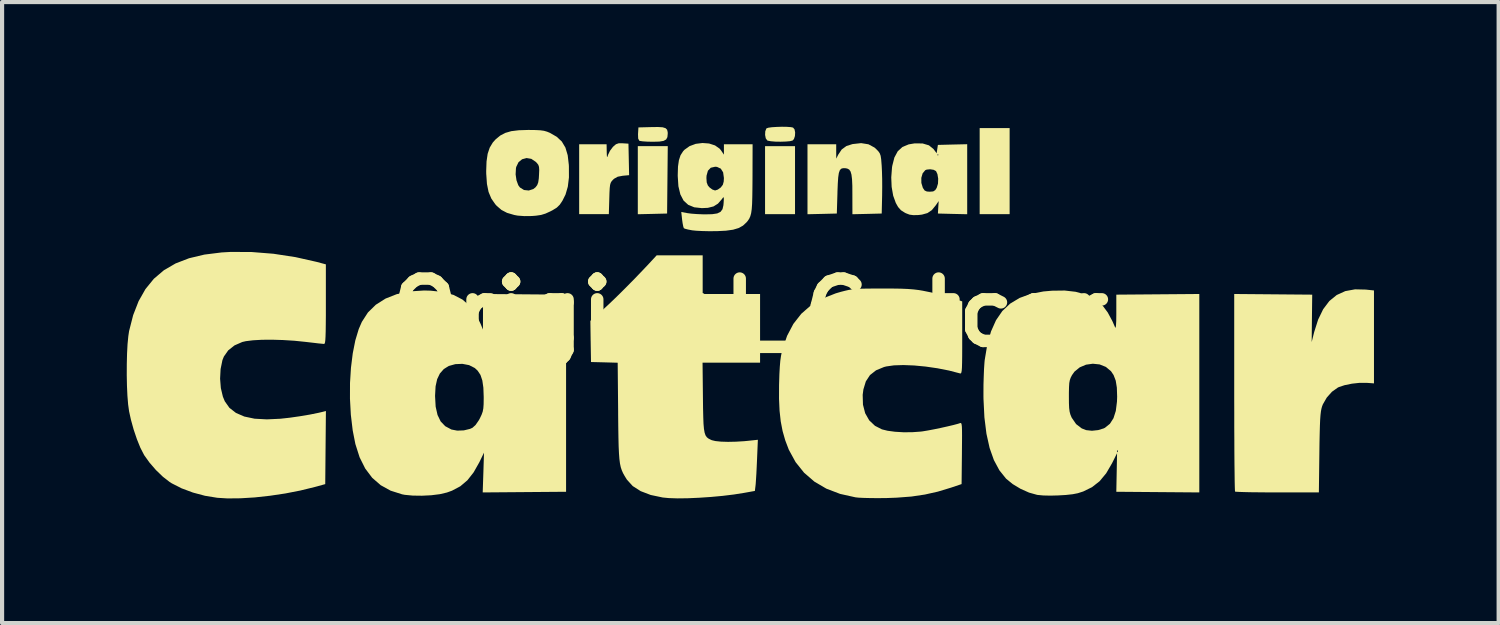
<source format=kicad_pcb>
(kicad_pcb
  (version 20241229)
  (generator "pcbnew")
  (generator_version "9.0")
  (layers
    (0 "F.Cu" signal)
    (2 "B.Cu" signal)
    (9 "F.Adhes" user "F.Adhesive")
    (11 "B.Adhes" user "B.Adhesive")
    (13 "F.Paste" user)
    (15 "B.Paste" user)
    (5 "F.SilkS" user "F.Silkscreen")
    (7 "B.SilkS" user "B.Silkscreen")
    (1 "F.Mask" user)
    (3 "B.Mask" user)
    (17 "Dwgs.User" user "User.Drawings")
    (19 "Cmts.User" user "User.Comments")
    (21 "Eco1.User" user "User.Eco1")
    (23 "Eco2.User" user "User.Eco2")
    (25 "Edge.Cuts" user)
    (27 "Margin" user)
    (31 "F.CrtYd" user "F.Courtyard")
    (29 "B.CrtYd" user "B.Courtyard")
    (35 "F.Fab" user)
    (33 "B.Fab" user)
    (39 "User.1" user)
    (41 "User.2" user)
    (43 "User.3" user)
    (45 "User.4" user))
  (footprint "Original_Catcar"
    (layer "F.Cu")
    (at 14.999 4.475)
    (property "Reference" "Original_Catcar" (at 0 0 0) (layer "F.SilkS") (effects (font (size 1.5 1.5) (thickness 0.3))))
    (attr board_only exclude_from_pos_files exclude_from_bom)
    (fp_poly (pts (xy -1.989 -3.198) (xy -1.997 -2.387) (xy -2.349 -2.378) (xy -2.702 -2.37) (xy -2.702 -3.189) (xy -2.702 -4.008) (xy -2.341 -4.008) (xy -1.981 -4.008)) (stroke (width 0) (type solid)) (fill yes) (layer "F.SilkS"))
    (fp_poly (pts (xy 1.081 -3.19) (xy 1.081 -2.372) (xy 0.721 -2.372) (xy 0.36 -2.372) (xy 0.36 -3.19) (xy 0.36 -4.008) (xy 0.721 -4.008) (xy 1.081 -4.008)) (stroke (width 0) (type solid)) (fill yes) (layer "F.SilkS"))
    (fp_poly (pts (xy 6.245 -3.408) (xy 6.245 -2.372) (xy 5.885 -2.372) (xy 5.524 -2.372) (xy 5.524 -3.408) (xy 5.524 -4.443) (xy 5.885 -4.443) (xy 6.245 -4.443)) (stroke (width 0) (type solid)) (fill yes) (layer "F.SilkS"))
    (fp_poly (pts (xy -2.104 -4.462) (xy -2.035 -4.441) (xy -1.997 -4.404) (xy -1.983 -4.347) (xy -1.982 -4.307) (xy -1.99 -4.225) (xy -2.02 -4.169) (xy -2.082 -4.135) (xy -2.185 -4.118) (xy -2.337 -4.114) (xy -2.351 -4.114) (xy -2.478 -4.117) (xy -2.583 -4.124) (xy -2.652 -4.134) (xy -2.666 -4.139) (xy -2.693 -4.19) (xy -2.697 -4.296) (xy -2.696 -4.311) (xy -2.687 -4.459) (xy -2.376 -4.467) (xy -2.215 -4.469)) (stroke (width 0) (type solid)) (fill yes) (layer "F.SilkS"))
    (fp_poly (pts (xy 0.885 -4.473) (xy 0.981 -4.466) (xy 1.033 -4.455) (xy 1.069 -4.413) (xy 1.084 -4.338) (xy 1.079 -4.252) (xy 1.055 -4.179) (xy 1.023 -4.144) (xy 0.961 -4.128) (xy 0.859 -4.119) (xy 0.736 -4.115) (xy 0.61 -4.117) (xy 0.501 -4.126) (xy 0.426 -4.14) (xy 0.413 -4.146) (xy 0.377 -4.196) (xy 0.361 -4.278) (xy 0.365 -4.365) (xy 0.391 -4.432) (xy 0.396 -4.437) (xy 0.44 -4.452) (xy 0.527 -4.464) (xy 0.641 -4.471) (xy 0.766 -4.475)) (stroke (width 0) (type solid)) (fill yes) (layer "F.SilkS"))
    (fp_poly (pts (xy -3.066 -4.077) (xy -2.927 -4.068) (xy -2.919 -3.689) (xy -2.911 -3.31) (xy -3.064 -3.296) (xy -3.185 -3.273) (xy -3.271 -3.225) (xy -3.298 -3.201) (xy -3.331 -3.165) (xy -3.354 -3.126) (xy -3.369 -3.074) (xy -3.378 -2.996) (xy -3.384 -2.88) (xy -3.388 -2.746) (xy -3.399 -2.372) (xy -3.756 -2.372) (xy -4.113 -2.372) (xy -4.113 -3.213) (xy -4.113 -4.053) (xy -3.783 -4.053) (xy -3.453 -4.053) (xy -3.45 -3.881) (xy -3.447 -3.786) (xy -3.443 -3.746) (xy -3.433 -3.754) (xy -3.416 -3.805) (xy -3.414 -3.808) (xy -3.371 -3.897) (xy -3.305 -3.985) (xy -3.294 -3.997) (xy -3.228 -4.054) (xy -3.162 -4.077) (xy -3.068 -4.077)) (stroke (width 0) (type solid)) (fill yes) (layer "F.SilkS"))
    (fp_poly (pts (xy 2.848 -4.053) (xy 2.993 -3.975) (xy 3.035 -3.937) (xy 3.087 -3.883) (xy 3.12 -3.835) (xy 3.141 -3.777) (xy 3.154 -3.693) (xy 3.164 -3.567) (xy 3.166 -3.542) (xy 3.173 -3.401) (xy 3.178 -3.222) (xy 3.179 -3.027) (xy 3.177 -2.838) (xy 3.177 -2.822) (xy 3.167 -2.387) (xy 2.815 -2.378) (xy 2.462 -2.37) (xy 2.461 -2.844) (xy 2.46 -3.054) (xy 2.453 -3.211) (xy 2.439 -3.324) (xy 2.417 -3.399) (xy 2.384 -3.445) (xy 2.338 -3.469) (xy 2.294 -3.477) (xy 2.235 -3.478) (xy 2.19 -3.464) (xy 2.158 -3.427) (xy 2.135 -3.36) (xy 2.12 -3.255) (xy 2.11 -3.106) (xy 2.102 -2.904) (xy 2.102 -2.885) (xy 2.087 -2.387) (xy 1.734 -2.378) (xy 1.381 -2.37) (xy 1.381 -3.212) (xy 1.381 -4.053) (xy 1.726 -4.053) (xy 2.072 -4.053) (xy 2.072 -3.881) (xy 2.073 -3.708) (xy 2.12 -3.802) (xy 2.204 -3.928) (xy 2.317 -4.011) (xy 2.464 -4.058) (xy 2.672 -4.081)) (stroke (width 0) (type solid)) (fill yes) (layer "F.SilkS"))
    (fp_poly (pts (xy 14.814 -0.557) (xy 15.012 -0.536) (xy 15.012 0.582) (xy 15.012 1.7) (xy 14.834 1.687) (xy 14.665 1.687) (xy 14.482 1.707) (xy 14.309 1.742) (xy 14.167 1.789) (xy 14.142 1.801) (xy 14 1.902) (xy 13.875 2.043) (xy 13.782 2.205) (xy 13.762 2.257) (xy 13.747 2.312) (xy 13.735 2.378) (xy 13.725 2.463) (xy 13.717 2.573) (xy 13.711 2.716) (xy 13.706 2.899) (xy 13.701 3.129) (xy 13.698 3.37) (xy 13.686 4.323) (xy 12.687 4.323) (xy 12.448 4.323) (xy 12.229 4.321) (xy 12.035 4.319) (xy 11.876 4.315) (xy 11.757 4.311) (xy 11.686 4.307) (xy 11.669 4.303) (xy 11.666 4.271) (xy 11.663 4.183) (xy 11.66 4.044) (xy 11.658 3.859) (xy 11.655 3.632) (xy 11.653 3.368) (xy 11.652 3.072) (xy 11.65 2.747) (xy 11.65 2.399) (xy 11.649 2.032) (xy 11.649 1.916) (xy 11.649 -0.451) (xy 12.587 -0.443) (xy 13.526 -0.435) (xy 13.519 0.135) (xy 13.513 0.706) (xy 13.572 0.469) (xy 13.668 0.166) (xy 13.789 -0.084) (xy 13.938 -0.282) (xy 14.115 -0.426) (xy 14.321 -0.52) (xy 14.557 -0.563)) (stroke (width 0) (type solid)) (fill yes) (layer "F.SilkS"))
    (fp_poly (pts (xy 4.151 -4.073) (xy 4.303 -4.028) (xy 4.412 -3.94) (xy 4.422 -3.927) (xy 4.489 -3.837) (xy 4.504 -3.938) (xy 4.519 -4.038) (xy 4.871 -4.047) (xy 5.224 -4.055) (xy 5.224 -3.213) (xy 5.224 -2.37) (xy 4.871 -2.378) (xy 4.519 -2.387) (xy 4.528 -2.537) (xy 4.538 -2.687) (xy 4.468 -2.585) (xy 4.373 -2.469) (xy 4.268 -2.398) (xy 4.135 -2.361) (xy 4.049 -2.351) (xy 3.928 -2.348) (xy 3.837 -2.36) (xy 3.748 -2.394) (xy 3.723 -2.407) (xy 3.63 -2.466) (xy 3.561 -2.544) (xy 3.506 -2.642) (xy 3.443 -2.816) (xy 3.406 -3.028) (xy 3.397 -3.246) (xy 4.12 -3.246) (xy 4.121 -3.123) (xy 4.157 -3.004) (xy 4.159 -3.001) (xy 4.2 -2.941) (xy 4.254 -2.917) (xy 4.323 -2.912) (xy 4.406 -2.919) (xy 4.456 -2.951) (xy 4.491 -3.007) (xy 4.521 -3.107) (xy 4.526 -3.225) (xy 4.508 -3.335) (xy 4.474 -3.408) (xy 4.417 -3.439) (xy 4.332 -3.452) (xy 4.25 -3.444) (xy 4.215 -3.43) (xy 4.152 -3.355) (xy 4.12 -3.246) (xy 3.397 -3.246) (xy 3.397 -3.261) (xy 3.415 -3.497) (xy 3.421 -3.535) (xy 3.472 -3.735) (xy 3.506 -3.798) (xy 4.504 -3.798) (xy 4.519 -3.783) (xy 4.534 -3.798) (xy 4.519 -3.813) (xy 4.504 -3.798) (xy 3.506 -3.798) (xy 3.552 -3.884) (xy 3.665 -3.988) (xy 3.816 -4.051) (xy 3.959 -4.075)) (stroke (width 0) (type solid)) (fill yes) (layer "F.SilkS"))
    (fp_poly (pts (xy -5.167 -4.396) (xy -5.049 -4.39) (xy -4.961 -4.378) (xy -4.887 -4.357) (xy -4.819 -4.329) (xy -4.655 -4.235) (xy -4.531 -4.12) (xy -4.444 -3.974) (xy -4.389 -3.79) (xy -4.362 -3.56) (xy -4.36 -3.52) (xy -4.359 -3.255) (xy -4.386 -3.034) (xy -4.441 -2.844) (xy -4.516 -2.694) (xy -4.58 -2.599) (xy -4.652 -2.529) (xy -4.752 -2.467) (xy -4.804 -2.44) (xy -4.922 -2.386) (xy -5.029 -2.353) (xy -5.152 -2.335) (xy -5.254 -2.327) (xy -5.432 -2.325) (xy -5.594 -2.337) (xy -5.674 -2.352) (xy -5.848 -2.403) (xy -5.982 -2.473) (xy -6.096 -2.571) (xy -6.133 -2.612) (xy -6.227 -2.748) (xy -6.293 -2.906) (xy -6.332 -3.098) (xy -6.348 -3.329) (xy -5.642 -3.329) (xy -5.621 -3.186) (xy -5.578 -3.068) (xy -5.538 -3.014) (xy -5.44 -2.953) (xy -5.325 -2.941) (xy -5.216 -2.976) (xy -5.162 -3.019) (xy -5.122 -3.072) (xy -5.098 -3.137) (xy -5.084 -3.232) (xy -5.079 -3.319) (xy -5.074 -3.434) (xy -5.079 -3.508) (xy -5.096 -3.559) (xy -5.132 -3.605) (xy -5.159 -3.632) (xy -5.265 -3.703) (xy -5.379 -3.722) (xy -5.486 -3.693) (xy -5.573 -3.621) (xy -5.627 -3.509) (xy -5.634 -3.477) (xy -5.642 -3.329) (xy -6.348 -3.329) (xy -6.349 -3.332) (xy -6.35 -3.408) (xy -6.342 -3.639) (xy -6.315 -3.824) (xy -6.265 -3.973) (xy -6.191 -4.096) (xy -6.12 -4.175) (xy -6.011 -4.264) (xy -5.891 -4.327) (xy -5.746 -4.369) (xy -5.566 -4.391) (xy -5.339 -4.398) (xy -5.329 -4.398)) (stroke (width 0) (type solid)) (fill yes) (layer "F.SilkS"))
    (fp_poly (pts (xy -1.141 -0.916) (xy -1.141 -0.45) (xy -0.45 -0.45) (xy 0.24 -0.45) (xy 0.24 0.375) (xy 0.24 1.201) (xy -0.452 1.201) (xy -1.144 1.201) (xy -1.135 2.034) (xy -1.132 2.298) (xy -1.127 2.508) (xy -1.121 2.672) (xy -1.11 2.796) (xy -1.094 2.887) (xy -1.072 2.951) (xy -1.041 2.996) (xy -1.001 3.028) (xy -0.95 3.054) (xy -0.922 3.067) (xy -0.834 3.088) (xy -0.699 3.102) (xy -0.53 3.107) (xy -0.34 3.103) (xy -0.142 3.091) (xy -0.049 3.082) (xy 0.187 3.057) (xy 0.167 3.532) (xy 0.159 3.708) (xy 0.151 3.873) (xy 0.142 4.015) (xy 0.135 4.117) (xy 0.132 4.148) (xy 0.115 4.288) (xy -0.145 4.335) (xy -0.392 4.374) (xy -0.663 4.407) (xy -0.946 4.433) (xy -1.229 4.452) (xy -1.5 4.464) (xy -1.746 4.467) (xy -1.957 4.46) (xy -2.102 4.446) (xy -2.392 4.385) (xy -2.633 4.293) (xy -2.824 4.171) (xy -2.963 4.018) (xy -2.974 4.001) (xy -3.019 3.928) (xy -3.057 3.86) (xy -3.087 3.792) (xy -3.112 3.717) (xy -3.131 3.628) (xy -3.145 3.518) (xy -3.155 3.383) (xy -3.163 3.214) (xy -3.168 3.005) (xy -3.172 2.751) (xy -3.175 2.445) (xy -3.175 2.38) (xy -3.186 1.203) (xy -3.507 1.194) (xy -3.828 1.186) (xy -3.836 0.691) (xy -3.843 0.195) (xy -3.56 -0.056) (xy -3.402 -0.202) (xy -3.213 -0.383) (xy -3.005 -0.589) (xy -2.786 -0.811) (xy -2.568 -1.038) (xy -2.422 -1.193) (xy -2.248 -1.381) (xy -1.694 -1.381) (xy -1.141 -1.381)) (stroke (width 0) (type solid)) (fill yes) (layer "F.SilkS"))
    (fp_poly (pts (xy -7.686 -0.531) (xy -7.388 -0.498) (xy -7.135 -0.428) (xy -6.923 -0.318) (xy -6.746 -0.166) (xy -6.599 0.033) (xy -6.485 0.267) (xy -6.428 0.405) (xy -6.427 -0.023) (xy -6.425 -0.451) (xy -5.427 -0.443) (xy -4.428 -0.435) (xy -4.428 1.937) (xy -4.428 4.308) (xy -5.431 4.316) (xy -6.434 4.324) (xy -6.418 3.846) (xy -6.403 3.367) (xy -6.515 3.598) (xy -6.652 3.84) (xy -6.802 4.031) (xy -6.973 4.176) (xy -7.173 4.282) (xy -7.295 4.326) (xy -7.465 4.366) (xy -7.673 4.392) (xy -7.897 4.403) (xy -8.116 4.4) (xy -8.308 4.382) (xy -8.375 4.369) (xy -8.651 4.281) (xy -8.89 4.149) (xy -9.093 3.972) (xy -9.261 3.749) (xy -9.396 3.479) (xy -9.498 3.159) (xy -9.562 2.833) (xy -9.607 2.455) (xy -9.628 2.071) (xy -9.628 2.012) (xy -7.58 2.012) (xy -7.566 2.261) (xy -7.521 2.46) (xy -7.446 2.615) (xy -7.336 2.73) (xy -7.191 2.808) (xy -7.187 2.81) (xy -7.047 2.837) (xy -6.888 2.831) (xy -6.739 2.795) (xy -6.68 2.768) (xy -6.605 2.7) (xy -6.527 2.587) (xy -6.5 2.537) (xy -6.46 2.452) (xy -6.434 2.379) (xy -6.419 2.301) (xy -6.412 2.201) (xy -6.41 2.062) (xy -6.41 2.027) (xy -6.418 1.804) (xy -6.443 1.63) (xy -6.488 1.496) (xy -6.557 1.393) (xy -6.625 1.33) (xy -6.761 1.261) (xy -6.923 1.23) (xy -7.092 1.237) (xy -7.25 1.281) (xy -7.369 1.354) (xy -7.465 1.463) (xy -7.53 1.599) (xy -7.568 1.771) (xy -7.58 1.99) (xy -7.58 2.012) (xy -9.628 2.012) (xy -9.627 1.69) (xy -9.604 1.323) (xy -9.561 0.978) (xy -9.499 0.665) (xy -9.417 0.393) (xy -9.342 0.22) (xy -9.196 -0.006) (xy -9.005 -0.193) (xy -8.771 -0.341) (xy -8.499 -0.448) (xy -8.189 -0.513) (xy -7.845 -0.535)) (stroke (width 0) (type solid)) (fill yes) (layer "F.SilkS"))
    (fp_poly (pts (xy -11.997 -1.461) (xy -11.469 -1.419) (xy -10.939 -1.338) (xy -10.441 -1.226) (xy -10.208 -1.164) (xy -10.208 -0.207) (xy -10.208 0.063) (xy -10.21 0.279) (xy -10.212 0.446) (xy -10.216 0.571) (xy -10.221 0.657) (xy -10.228 0.713) (xy -10.238 0.742) (xy -10.25 0.751) (xy -10.25 0.751) (xy -10.294 0.747) (xy -10.386 0.738) (xy -10.512 0.723) (xy -10.66 0.706) (xy -10.693 0.702) (xy -10.966 0.674) (xy -11.239 0.657) (xy -11.503 0.649) (xy -11.747 0.651) (xy -11.961 0.663) (xy -12.132 0.684) (xy -12.219 0.704) (xy -12.406 0.786) (xy -12.557 0.905) (xy -12.662 1.054) (xy -12.697 1.141) (xy -12.741 1.356) (xy -12.753 1.587) (xy -12.735 1.814) (xy -12.686 2.019) (xy -12.64 2.131) (xy -12.528 2.289) (xy -12.371 2.411) (xy -12.17 2.498) (xy -11.922 2.55) (xy -11.627 2.566) (xy -11.304 2.551) (xy -11.077 2.526) (xy -10.833 2.491) (xy -10.595 2.451) (xy -10.383 2.408) (xy -10.29 2.386) (xy -10.207 2.365) (xy -10.215 3.245) (xy -10.223 4.124) (xy -10.478 4.194) (xy -10.821 4.278) (xy -11.184 4.349) (xy -11.553 4.404) (xy -11.918 4.444) (xy -12.263 4.465) (xy -12.577 4.468) (xy -12.82 4.453) (xy -13.115 4.405) (xy -13.407 4.327) (xy -13.68 4.225) (xy -13.916 4.105) (xy -13.968 4.072) (xy -14.129 3.947) (xy -14.296 3.786) (xy -14.451 3.607) (xy -14.577 3.431) (xy -14.588 3.411) (xy -14.672 3.248) (xy -14.755 3.042) (xy -14.833 2.811) (xy -14.899 2.572) (xy -14.943 2.372) (xy -14.966 2.206) (xy -14.983 1.997) (xy -14.994 1.757) (xy -14.999 1.499) (xy -14.998 1.238) (xy -14.992 0.986) (xy -14.98 0.756) (xy -14.961 0.562) (xy -14.943 0.442) (xy -14.845 0.058) (xy -14.714 -0.278) (xy -14.549 -0.569) (xy -14.347 -0.817) (xy -14.106 -1.022) (xy -13.824 -1.186) (xy -13.5 -1.311) (xy -13.131 -1.399) (xy -12.715 -1.451) (xy -12.502 -1.463)) (stroke (width 0) (type solid)) (fill yes) (layer "F.SilkS"))
    (fp_poly (pts (xy -0.987 -4.072) (xy -0.844 -4.026) (xy -0.732 -3.947) (xy -0.699 -3.906) (xy -0.63 -3.804) (xy -0.63 -3.929) (xy -0.63 -4.053) (xy -0.285 -4.053) (xy 0.06 -4.053) (xy 0.058 -3.25) (xy 0.056 -2.989) (xy 0.053 -2.78) (xy 0.048 -2.616) (xy 0.039 -2.49) (xy 0.025 -2.394) (xy 0.005 -2.321) (xy -0.021 -2.263) (xy -0.055 -2.212) (xy -0.085 -2.176) (xy -0.171 -2.096) (xy -0.275 -2.038) (xy -0.409 -1.998) (xy -0.581 -1.974) (xy -0.801 -1.963) (xy -0.826 -1.963) (xy -0.992 -1.962) (xy -1.156 -1.966) (xy -1.297 -1.973) (xy -1.394 -1.983) (xy -1.493 -2.002) (xy -1.566 -2.021) (xy -1.594 -2.034) (xy -1.608 -2.074) (xy -1.624 -2.155) (xy -1.636 -2.241) (xy -1.656 -2.425) (xy -1.511 -2.397) (xy -1.414 -2.384) (xy -1.28 -2.374) (xy -1.134 -2.368) (xy -1.085 -2.367) (xy -0.913 -2.371) (xy -0.791 -2.389) (xy -0.711 -2.428) (xy -0.664 -2.491) (xy -0.642 -2.586) (xy -0.637 -2.645) (xy -0.632 -2.737) (xy -0.635 -2.777) (xy -0.65 -2.773) (xy -0.679 -2.734) (xy -0.68 -2.732) (xy -0.773 -2.625) (xy -0.88 -2.558) (xy -1.016 -2.524) (xy -1.161 -2.517) (xy -1.344 -2.537) (xy -1.49 -2.597) (xy -1.601 -2.699) (xy -1.678 -2.847) (xy -1.725 -3.043) (xy -1.738 -3.241) (xy -1.051 -3.241) (xy -1.044 -3.136) (xy -1.017 -3.064) (xy -0.977 -3.016) (xy -0.909 -2.965) (xy -0.844 -2.942) (xy -0.841 -2.942) (xy -0.777 -2.963) (xy -0.708 -3.012) (xy -0.704 -3.016) (xy -0.656 -3.079) (xy -0.635 -3.156) (xy -0.63 -3.241) (xy -0.649 -3.378) (xy -0.705 -3.467) (xy -0.796 -3.509) (xy -0.841 -3.513) (xy -0.946 -3.489) (xy -1.015 -3.417) (xy -1.048 -3.298) (xy -1.051 -3.241) (xy -1.738 -3.241) (xy -1.741 -3.289) (xy -1.741 -3.316) (xy -1.735 -3.517) (xy -1.713 -3.67) (xy -1.674 -3.789) (xy -1.613 -3.884) (xy -1.579 -3.921) (xy -1.456 -4.009) (xy -1.307 -4.064) (xy -1.146 -4.084)) (stroke (width 0) (type solid)) (fill yes) (layer "F.SilkS"))
    (fp_poly (pts (xy 3.421 -0.582) (xy 3.625 -0.579) (xy 3.792 -0.572) (xy 3.932 -0.561) (xy 4.058 -0.546) (xy 4.158 -0.529) (xy 4.354 -0.489) (xy 4.561 -0.44) (xy 4.761 -0.386) (xy 4.934 -0.334) (xy 5.021 -0.303) (xy 5.104 -0.272) (xy 5.104 0.602) (xy 5.104 0.854) (xy 5.103 1.052) (xy 5.101 1.203) (xy 5.098 1.312) (xy 5.093 1.386) (xy 5.085 1.432) (xy 5.076 1.455) (xy 5.063 1.462) (xy 5.051 1.46) (xy 4.786 1.391) (xy 4.506 1.336) (xy 4.222 1.295) (xy 3.947 1.269) (xy 3.69 1.259) (xy 3.463 1.266) (xy 3.279 1.292) (xy 3.223 1.306) (xy 3.03 1.386) (xy 2.885 1.5) (xy 2.785 1.652) (xy 2.726 1.846) (xy 2.709 1.976) (xy 2.716 2.213) (xy 2.769 2.418) (xy 2.866 2.589) (xy 3.005 2.721) (xy 3.171 2.806) (xy 3.308 2.84) (xy 3.486 2.864) (xy 3.689 2.876) (xy 3.898 2.875) (xy 4.095 2.861) (xy 4.148 2.855) (xy 4.274 2.834) (xy 4.427 2.805) (xy 4.591 2.771) (xy 4.752 2.735) (xy 4.895 2.701) (xy 5.004 2.672) (xy 5.052 2.656) (xy 5.068 2.653) (xy 5.081 2.662) (xy 5.09 2.69) (xy 5.096 2.743) (xy 5.099 2.83) (xy 5.1 2.955) (xy 5.099 3.126) (xy 5.097 3.35) (xy 5.097 3.379) (xy 5.089 4.123) (xy 4.834 4.209) (xy 4.517 4.305) (xy 4.205 4.375) (xy 3.881 4.423) (xy 3.527 4.45) (xy 3.288 4.459) (xy 3.094 4.461) (xy 2.908 4.46) (xy 2.743 4.456) (xy 2.613 4.45) (xy 2.537 4.442) (xy 2.165 4.359) (xy 1.835 4.233) (xy 1.547 4.064) (xy 1.3 3.851) (xy 1.095 3.595) (xy 0.932 3.297) (xy 0.846 3.071) (xy 0.782 2.847) (xy 0.737 2.613) (xy 0.709 2.358) (xy 0.696 2.069) (xy 0.697 1.735) (xy 0.698 1.703) (xy 0.705 1.476) (xy 0.715 1.298) (xy 0.727 1.155) (xy 0.744 1.037) (xy 0.766 0.931) (xy 0.777 0.889) (xy 0.89 0.556) (xy 1.041 0.269) (xy 1.231 0.026) (xy 1.463 -0.177) (xy 1.739 -0.34) (xy 2.062 -0.467) (xy 2.185 -0.503) (xy 2.283 -0.528) (xy 2.37 -0.548) (xy 2.456 -0.562) (xy 2.553 -0.571) (xy 2.67 -0.578) (xy 2.819 -0.581) (xy 3.01 -0.582) (xy 3.167 -0.583)) (stroke (width 0) (type solid)) (fill yes) (layer "F.SilkS"))
    (fp_poly (pts (xy 7.833 -0.504) (xy 8.066 -0.44) (xy 8.187 -0.388) (xy 8.348 -0.292) (xy 8.485 -0.168) (xy 8.605 -0.007) (xy 8.717 0.201) (xy 8.784 0.354) (xy 8.796 0.359) (xy 8.804 0.31) (xy 8.81 0.204) (xy 8.812 0.04) (xy 8.812 -0.007) (xy 8.812 -0.435) (xy 9.81 -0.443) (xy 10.809 -0.451) (xy 10.809 1.937) (xy 10.809 4.324) (xy 9.81 4.316) (xy 8.812 4.308) (xy 8.821 3.844) (xy 8.83 3.38) (xy 8.709 3.622) (xy 8.568 3.864) (xy 8.41 4.054) (xy 8.228 4.197) (xy 8.016 4.301) (xy 7.886 4.343) (xy 7.763 4.367) (xy 7.599 4.385) (xy 7.414 4.396) (xy 7.226 4.401) (xy 7.054 4.397) (xy 6.917 4.384) (xy 6.905 4.382) (xy 6.712 4.328) (xy 6.508 4.237) (xy 6.317 4.122) (xy 6.161 3.994) (xy 6.158 3.991) (xy 5.998 3.791) (xy 5.866 3.545) (xy 5.791 3.333) (xy 8.827 3.333) (xy 8.838 3.357) (xy 8.847 3.353) (xy 8.851 3.317) (xy 8.847 3.313) (xy 8.829 3.317) (xy 8.827 3.333) (xy 5.791 3.333) (xy 5.763 3.253) (xy 5.687 2.911) (xy 5.638 2.518) (xy 5.616 2.074) (xy 5.615 2.012) (xy 7.671 2.012) (xy 7.672 2.175) (xy 7.677 2.292) (xy 7.688 2.378) (xy 7.706 2.447) (xy 7.733 2.513) (xy 7.741 2.529) (xy 7.845 2.68) (xy 7.981 2.784) (xy 8.087 2.825) (xy 8.225 2.84) (xy 8.376 2.824) (xy 8.509 2.783) (xy 8.539 2.768) (xy 8.658 2.672) (xy 8.744 2.538) (xy 8.8 2.362) (xy 8.828 2.139) (xy 8.832 2.018) (xy 8.825 1.802) (xy 8.798 1.634) (xy 8.747 1.501) (xy 8.685 1.408) (xy 8.561 1.304) (xy 8.411 1.244) (xy 8.247 1.227) (xy 8.083 1.25) (xy 7.932 1.314) (xy 7.806 1.417) (xy 7.746 1.501) (xy 7.714 1.563) (xy 7.693 1.623) (xy 7.68 1.694) (xy 7.674 1.79) (xy 7.671 1.926) (xy 7.671 2.012) (xy 5.615 2.012) (xy 5.615 1.921) (xy 5.616 1.726) (xy 5.622 1.53) (xy 5.629 1.351) (xy 5.639 1.205) (xy 5.645 1.14) (xy 5.707 0.769) (xy 5.797 0.45) (xy 5.917 0.181) (xy 6.07 -0.042) (xy 6.259 -0.22) (xy 6.485 -0.356) (xy 6.75 -0.452) (xy 7.059 -0.512) (xy 7.267 -0.53) (xy 7.571 -0.534)) (stroke (width 0) (type solid)) (fill yes) (layer "F.SilkS")))
  (gr_rect
    (start -3 -3)
    (end 33.011 11.942)
    (stroke (width 0.1) (type default))
    (fill no)
    (layer "Edge.Cuts")))
</source>
